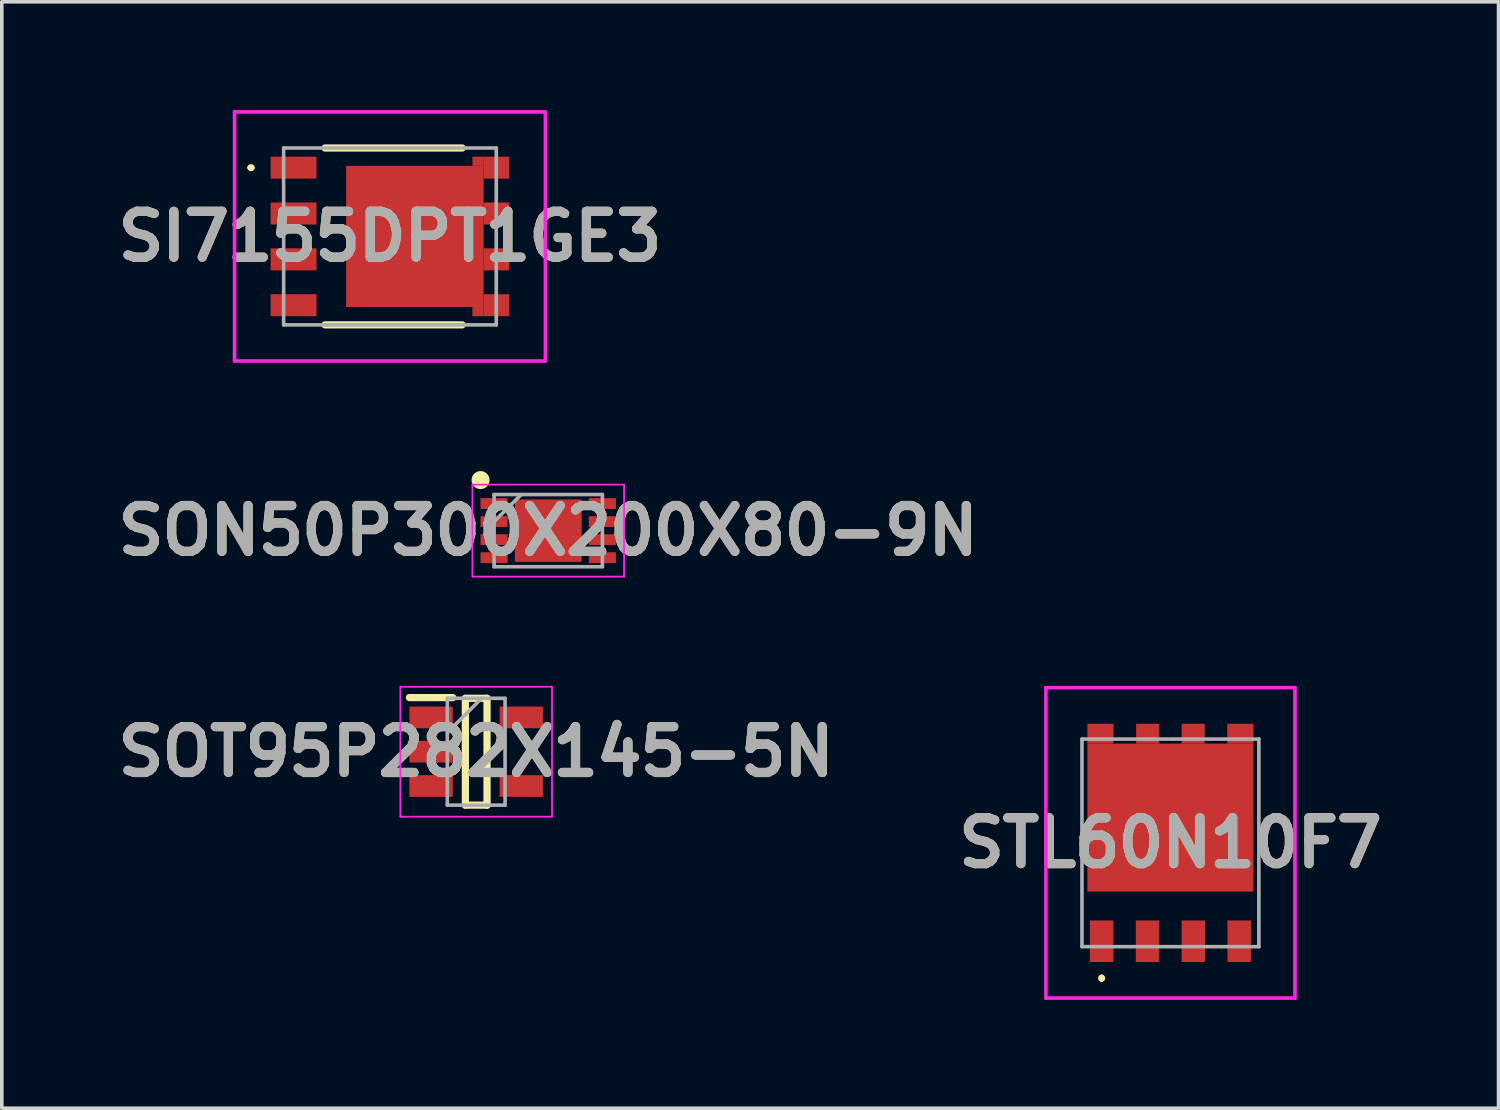
<source format=kicad_pcb>
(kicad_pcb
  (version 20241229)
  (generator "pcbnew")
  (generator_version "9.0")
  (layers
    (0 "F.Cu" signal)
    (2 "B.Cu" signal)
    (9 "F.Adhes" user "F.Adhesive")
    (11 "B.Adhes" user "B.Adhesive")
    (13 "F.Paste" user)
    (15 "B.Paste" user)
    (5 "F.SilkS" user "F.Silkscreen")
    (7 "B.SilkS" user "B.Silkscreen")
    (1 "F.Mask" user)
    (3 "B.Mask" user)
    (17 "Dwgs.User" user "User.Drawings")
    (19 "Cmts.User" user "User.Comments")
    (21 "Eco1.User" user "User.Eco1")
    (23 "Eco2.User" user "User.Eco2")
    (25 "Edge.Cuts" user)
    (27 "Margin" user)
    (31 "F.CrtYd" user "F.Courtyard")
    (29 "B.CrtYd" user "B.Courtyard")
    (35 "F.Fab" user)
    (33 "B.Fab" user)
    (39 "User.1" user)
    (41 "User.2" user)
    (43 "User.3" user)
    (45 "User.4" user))
  (footprint "SI7155DPT1GE3"
    (layer "F.Cu")
    (at 7.753 3.5)
    (property "Reference" "SI7155DPT1GE3" (at 0 0 0) (layer "F.SilkS") (effects (font (size 1.27 1.27) (thickness 0.254))))
    (attr smd)
    (fp_line (start -3.9 -1.905) (end -3.9 -1.905) (stroke (width 0.1) (type solid)) (layer "F.SilkS"))
    (fp_line (start -3.8 -1.905) (end -3.8 -1.905) (stroke (width 0.1) (type solid)) (layer "F.SilkS"))
    (fp_line (start -1.8 -2.45) (end 2 -2.45) (stroke (width 0.2) (type solid)) (layer "F.SilkS"))
    (fp_line (start -1.8 2.45) (end 2 2.45) (stroke (width 0.2) (type solid)) (layer "F.SilkS"))
    (fp_arc (start -3.9 -1.905) (mid -3.85 -1.955) (end -3.8 -1.905) (stroke (width 0.1) (type solid)) (layer "F.SilkS"))
    (fp_arc (start -3.8 -1.905) (mid -3.85 -1.855) (end -3.9 -1.905) (stroke (width 0.1) (type solid)) (layer "F.SilkS"))
    (fp_line (start -4.305 -3.45) (end 4.305 -3.45) (stroke (width 0.1) (type solid)) (layer "F.CrtYd"))
    (fp_line (start -4.305 3.45) (end -4.305 -3.45) (stroke (width 0.1) (type solid)) (layer "F.CrtYd"))
    (fp_line (start 4.305 -3.45) (end 4.305 3.45) (stroke (width 0.1) (type solid)) (layer "F.CrtYd"))
    (fp_line (start 4.305 3.45) (end -4.305 3.45) (stroke (width 0.1) (type solid)) (layer "F.CrtYd"))
    (fp_line (start -2.945 -2.45) (end 2.945 -2.45) (stroke (width 0.1) (type solid)) (layer "F.Fab"))
    (fp_line (start -2.945 2.45) (end -2.945 -2.45) (stroke (width 0.1) (type solid)) (layer "F.Fab"))
    (fp_line (start 2.945 -2.45) (end 2.945 2.45) (stroke (width 0.1) (type solid)) (layer "F.Fab"))
    (fp_line (start 2.945 2.45) (end -2.945 2.45) (stroke (width 0.1) (type solid)) (layer "F.Fab"))
    (fp_text user "${REFERENCE}" (at 0 0 0) (layer "F.Fab") (effects (font (size 1.27 1.27) (thickness 0.254))))
    (pad "1" smd rect (at -2.67 -1.905 90) (size 0.61 1.27) (layers "F.Cu" "F.Mask" "F.Paste"))
    (pad "2" smd rect (at -2.67 -0.635 90) (size 0.61 1.27) (layers "F.Cu" "F.Mask" "F.Paste"))
    (pad "3" smd rect (at -2.67 0.635 90) (size 0.61 1.27) (layers "F.Cu" "F.Mask" "F.Paste"))
    (pad "4" smd rect (at -2.67 1.905 90) (size 0.61 1.27) (layers "F.Cu" "F.Mask" "F.Paste"))
    (pad "5" smd rect (at 2.95 1.905 90) (size 0.61 0.71) (layers "F.Cu" "F.Mask" "F.Paste"))
    (pad "6" smd rect (at 2.95 0.635 90) (size 0.61 0.71) (layers "F.Cu" "F.Mask" "F.Paste"))
    (pad "7" smd rect (at 2.95 -0.635 90) (size 0.61 0.71) (layers "F.Cu" "F.Mask" "F.Paste"))
    (pad "8" smd rect (at 2.95 -1.905 90) (size 0.61 0.71) (layers "F.Cu" "F.Mask" "F.Paste"))
    (pad "9" smd rect (at 0.69 0) (size 3.81 3.91) (layers "F.Cu" "F.Mask" "F.Paste"))
    (pad "10" smd rect (at 2.44 2.083 90) (size 0.255 0.31) (layers "F.Cu" "F.Mask" "F.Paste"))
    (pad "11" smd rect (at 2.44 -2.083 90) (size 0.255 0.31) (layers "F.Cu" "F.Mask" "F.Paste")))
  (footprint "SON50P300X200X80-9N"
    (layer "F.Cu")
    (at 12.138 11.65)
    (property "Reference" "SON50P300X200X80-9N" (at 0 0 0) (layer "F.SilkS") (effects (font (size 1.27 1.27) (thickness 0.254))))
    (attr smd)
    (fp_circle (center -1.875 -1.4) (end -1.875 -1.275) (stroke (width 0.25) (type solid)) (fill no) (layer "F.SilkS"))
    (fp_line (start -2.1 -1.275) (end 2.1 -1.275) (stroke (width 0.05) (type solid)) (layer "F.CrtYd"))
    (fp_line (start -2.1 1.275) (end -2.1 -1.275) (stroke (width 0.05) (type solid)) (layer "F.CrtYd"))
    (fp_line (start 2.1 -1.275) (end 2.1 1.275) (stroke (width 0.05) (type solid)) (layer "F.CrtYd"))
    (fp_line (start 2.1 1.275) (end -2.1 1.275) (stroke (width 0.05) (type solid)) (layer "F.CrtYd"))
    (fp_line (start -1.5 -1) (end 1.5 -1) (stroke (width 0.1) (type solid)) (layer "F.Fab"))
    (fp_line (start -1.5 -0.25) (end -0.75 -1) (stroke (width 0.1) (type solid)) (layer "F.Fab"))
    (fp_line (start -1.5 1) (end -1.5 -1) (stroke (width 0.1) (type solid)) (layer "F.Fab"))
    (fp_line (start 1.5 -1) (end 1.5 1) (stroke (width 0.1) (type solid)) (layer "F.Fab"))
    (fp_line (start 1.5 1) (end -1.5 1) (stroke (width 0.1) (type solid)) (layer "F.Fab"))
    (fp_text user "${REFERENCE}" (at 0 0 0) (layer "F.Fab") (effects (font (size 1.27 1.27) (thickness 0.254))))
    (pad "1" smd rect (at -1.5 -0.75 90) (size 0.3 0.75) (layers "F.Cu" "F.Mask" "F.Paste"))
    (pad "2" smd rect (at -1.5 -0.25 90) (size 0.3 0.75) (layers "F.Cu" "F.Mask" "F.Paste"))
    (pad "3" smd rect (at -1.5 0.25 90) (size 0.3 0.75) (layers "F.Cu" "F.Mask" "F.Paste"))
    (pad "4" smd rect (at -1.5 0.75 90) (size 0.3 0.75) (layers "F.Cu" "F.Mask" "F.Paste"))
    (pad "5" smd rect (at 1.5 0.75 90) (size 0.3 0.75) (layers "F.Cu" "F.Mask" "F.Paste"))
    (pad "6" smd rect (at 1.5 0.25 90) (size 0.3 0.75) (layers "F.Cu" "F.Mask" "F.Paste"))
    (pad "7" smd rect (at 1.5 -0.25 90) (size 0.3 0.75) (layers "F.Cu" "F.Mask" "F.Paste"))
    (pad "8" smd rect (at 1.5 -0.75 90) (size 0.3 0.75) (layers "F.Cu" "F.Mask" "F.Paste"))
    (pad "9" smd rect (at 0 0 90) (size 1.73 1.85) (layers "F.Cu" "F.Mask" "F.Paste")))
  (footprint "STL60N10F7"
    (layer "F.Cu")
    (at 29.374 20.3)
    (property "Reference" "STL60N10F7" (at 0 0 0) (layer "F.SilkS") (effects (font (size 1.27 1.27) (thickness 0.254))))
    (attr smd)
    (fp_line (start -1.905 3.7) (end -1.905 3.7) (stroke (width 0.1) (type solid)) (layer "F.SilkS"))
    (fp_line (start -1.905 3.8) (end -1.905 3.8) (stroke (width 0.1) (type solid)) (layer "F.SilkS"))
    (fp_arc (start -1.905 3.7) (mid -1.855 3.75) (end -1.905 3.8) (stroke (width 0.1) (type solid)) (layer "F.SilkS"))
    (fp_arc (start -1.905 3.8) (mid -1.955 3.75) (end -1.905 3.7) (stroke (width 0.1) (type solid)) (layer "F.SilkS"))
    (fp_line (start -3.45 -4.3) (end 3.45 -4.3) (stroke (width 0.1) (type solid)) (layer "F.CrtYd"))
    (fp_line (start -3.45 4.3) (end -3.45 -4.3) (stroke (width 0.1) (type solid)) (layer "F.CrtYd"))
    (fp_line (start 3.45 -4.3) (end 3.45 4.3) (stroke (width 0.1) (type solid)) (layer "F.CrtYd"))
    (fp_line (start 3.45 4.3) (end -3.45 4.3) (stroke (width 0.1) (type solid)) (layer "F.CrtYd"))
    (fp_line (start -2.45 -2.875) (end 2.45 -2.875) (stroke (width 0.1) (type solid)) (layer "F.Fab"))
    (fp_line (start -2.45 2.875) (end -2.45 -2.875) (stroke (width 0.1) (type solid)) (layer "F.Fab"))
    (fp_line (start 2.45 -2.875) (end 2.45 2.875) (stroke (width 0.1) (type solid)) (layer "F.Fab"))
    (fp_line (start 2.45 2.875) (end -2.45 2.875) (stroke (width 0.1) (type solid)) (layer "F.Fab"))
    (fp_text user "${REFERENCE}" (at 0 0 0) (layer "F.Fab") (effects (font (size 1.27 1.27) (thickness 0.254))))
    (pad "1" smd rect (at -1.905 2.725) (size 0.65 1.15) (layers "F.Cu" "F.Mask" "F.Paste"))
    (pad "2" smd rect (at -0.635 2.725) (size 0.65 1.15) (layers "F.Cu" "F.Mask" "F.Paste"))
    (pad "3" smd rect (at 0.635 2.725) (size 0.65 1.15) (layers "F.Cu" "F.Mask" "F.Paste"))
    (pad "4" smd rect (at 1.905 2.725) (size 0.65 1.15) (layers "F.Cu" "F.Mask" "F.Paste"))
    (pad "5" smd rect (at 1.938 -3.025 90) (size 0.55 0.725) (layers "F.Cu" "F.Mask" "F.Paste"))
    (pad "6" smd rect (at 0.631 -3.025 90) (size 0.55 0.637) (layers "F.Cu" "F.Mask" "F.Paste"))
    (pad "7" smd rect (at -0.631 -3.025 90) (size 0.55 0.637) (layers "F.Cu" "F.Mask" "F.Paste"))
    (pad "8" smd rect (at -1.938 -3.025 90) (size 0.55 0.725) (layers "F.Cu" "F.Mask" "F.Paste"))
    (pad "9" smd rect (at 0 -0.7 90) (size 4.1 4.6) (layers "F.Cu" "F.Mask" "F.Paste")))
  (footprint "SOT95P282X145-5N"
    (layer "F.Cu")
    (at 10.142 17.775)
    (property "Reference" "SOT95P282X145-5N" (at 0 0 0) (layer "F.SilkS") (effects (font (size 1.27 1.27) (thickness 0.254))))
    (attr smd)
    (fp_line (start -1.85 -1.5) (end -0.65 -1.5) (stroke (width 0.2) (type solid)) (layer "F.SilkS"))
    (fp_line (start -0.3 -1.48) (end 0.3 -1.48) (stroke (width 0.2) (type solid)) (layer "F.SilkS"))
    (fp_line (start -0.3 1.48) (end -0.3 -1.48) (stroke (width 0.2) (type solid)) (layer "F.SilkS"))
    (fp_line (start 0.3 -1.48) (end 0.3 1.48) (stroke (width 0.2) (type solid)) (layer "F.SilkS"))
    (fp_line (start 0.3 1.48) (end -0.3 1.48) (stroke (width 0.2) (type solid)) (layer "F.SilkS"))
    (fp_line (start -2.1 -1.8) (end 2.1 -1.8) (stroke (width 0.05) (type solid)) (layer "F.CrtYd"))
    (fp_line (start -2.1 1.8) (end -2.1 -1.8) (stroke (width 0.05) (type solid)) (layer "F.CrtYd"))
    (fp_line (start 2.1 -1.8) (end 2.1 1.8) (stroke (width 0.05) (type solid)) (layer "F.CrtYd"))
    (fp_line (start 2.1 1.8) (end -2.1 1.8) (stroke (width 0.05) (type solid)) (layer "F.CrtYd"))
    (fp_line (start -0.8 -1.48) (end 0.8 -1.48) (stroke (width 0.1) (type solid)) (layer "F.Fab"))
    (fp_line (start -0.8 -0.53) (end 0.15 -1.48) (stroke (width 0.1) (type solid)) (layer "F.Fab"))
    (fp_line (start -0.8 1.48) (end -0.8 -1.48) (stroke (width 0.1) (type solid)) (layer "F.Fab"))
    (fp_line (start 0.8 -1.48) (end 0.8 1.48) (stroke (width 0.1) (type solid)) (layer "F.Fab"))
    (fp_line (start 0.8 1.48) (end -0.8 1.48) (stroke (width 0.1) (type solid)) (layer "F.Fab"))
    (fp_text user "${REFERENCE}" (at 0 0 0) (layer "F.Fab") (effects (font (size 1.27 1.27) (thickness 0.254))))
    (pad "1" smd rect (at -1.25 -0.95 90) (size 0.6 1.2) (layers "F.Cu" "F.Mask" "F.Paste"))
    (pad "2" smd rect (at -1.25 0 90) (size 0.6 1.2) (layers "F.Cu" "F.Mask" "F.Paste"))
    (pad "3" smd rect (at -1.25 0.95 90) (size 0.6 1.2) (layers "F.Cu" "F.Mask" "F.Paste"))
    (pad "4" smd rect (at 1.25 0.95 90) (size 0.6 1.2) (layers "F.Cu" "F.Mask" "F.Paste"))
    (pad "5" smd rect (at 1.25 -0.95 90) (size 0.6 1.2) (layers "F.Cu" "F.Mask" "F.Paste")))
  (gr_rect
    (start -3 -3)
    (end 38.464 27.65)
    (stroke (width 0.1) (type default))
    (fill no)
    (layer "Edge.Cuts")))
</source>
